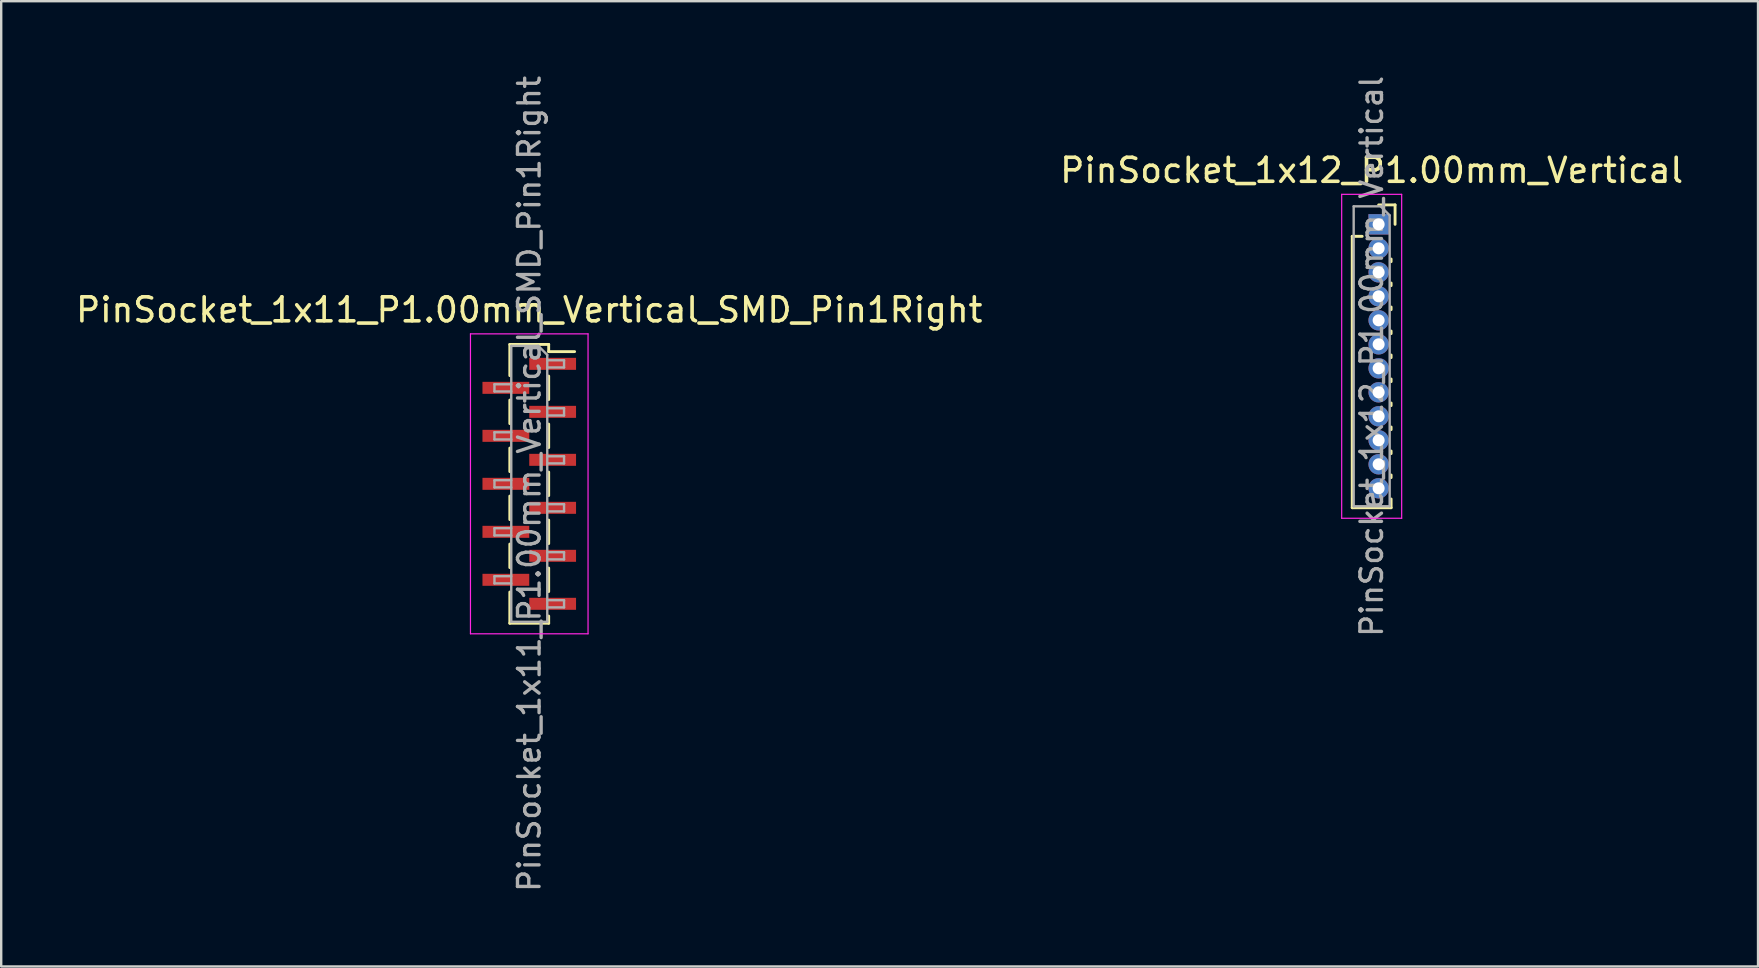
<source format=kicad_pcb>
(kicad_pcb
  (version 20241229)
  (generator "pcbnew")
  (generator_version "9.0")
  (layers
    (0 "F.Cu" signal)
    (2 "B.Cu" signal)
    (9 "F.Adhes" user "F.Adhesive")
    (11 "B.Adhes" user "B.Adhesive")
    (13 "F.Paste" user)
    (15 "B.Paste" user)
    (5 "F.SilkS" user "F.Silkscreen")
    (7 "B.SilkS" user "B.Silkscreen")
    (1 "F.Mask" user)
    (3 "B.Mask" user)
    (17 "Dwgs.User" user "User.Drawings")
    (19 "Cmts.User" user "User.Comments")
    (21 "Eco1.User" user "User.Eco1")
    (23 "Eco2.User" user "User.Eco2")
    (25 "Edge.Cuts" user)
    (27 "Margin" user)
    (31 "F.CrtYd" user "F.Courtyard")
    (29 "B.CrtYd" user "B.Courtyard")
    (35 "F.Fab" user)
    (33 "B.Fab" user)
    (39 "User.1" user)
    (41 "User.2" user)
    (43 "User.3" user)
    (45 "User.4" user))
  (footprint "PinSocket_1x11_P1.00mm_Vertical_SMD_Pin1Right"
    (layer "F.Cu")
    (at 19.006 17.113)
    (property "Reference" "PinSocket_1x11_P1.00mm_Vertical_SMD_Pin1Right" (at 0 -7.25 0) (layer "F.SilkS") (effects (font (size 1 1) (thickness 0.15))))
    (attr smd)
    (fp_line (start -0.81 -5.81) (end -0.81 -4.51) (stroke (width 0.12) (type solid)) (layer "F.SilkS"))
    (fp_line (start -0.81 -5.81) (end 0.81 -5.81) (stroke (width 0.12) (type solid)) (layer "F.SilkS"))
    (fp_line (start -0.81 -3.49) (end -0.81 -2.51) (stroke (width 0.12) (type solid)) (layer "F.SilkS"))
    (fp_line (start -0.81 -1.49) (end -0.81 -0.51) (stroke (width 0.12) (type solid)) (layer "F.SilkS"))
    (fp_line (start -0.81 0.51) (end -0.81 1.49) (stroke (width 0.12) (type solid)) (layer "F.SilkS"))
    (fp_line (start -0.81 2.51) (end -0.81 3.49) (stroke (width 0.12) (type solid)) (layer "F.SilkS"))
    (fp_line (start -0.81 4.51) (end -0.81 5.81) (stroke (width 0.12) (type solid)) (layer "F.SilkS"))
    (fp_line (start -0.81 5.81) (end 0.81 5.81) (stroke (width 0.12) (type solid)) (layer "F.SilkS"))
    (fp_line (start 0.81 -5.81) (end 0.81 -5.51) (stroke (width 0.12) (type solid)) (layer "F.SilkS"))
    (fp_line (start 0.81 -5.51) (end 1.89 -5.51) (stroke (width 0.12) (type solid)) (layer "F.SilkS"))
    (fp_line (start 0.81 -4.49) (end 0.81 -3.51) (stroke (width 0.12) (type solid)) (layer "F.SilkS"))
    (fp_line (start 0.81 -2.49) (end 0.81 -1.51) (stroke (width 0.12) (type solid)) (layer "F.SilkS"))
    (fp_line (start 0.81 -0.49) (end 0.81 0.49) (stroke (width 0.12) (type solid)) (layer "F.SilkS"))
    (fp_line (start 0.81 1.51) (end 0.81 2.49) (stroke (width 0.12) (type solid)) (layer "F.SilkS"))
    (fp_line (start 0.81 3.51) (end 0.81 4.49) (stroke (width 0.12) (type solid)) (layer "F.SilkS"))
    (fp_line (start 0.81 5.51) (end 0.81 5.81) (stroke (width 0.12) (type solid)) (layer "F.SilkS"))
    (fp_line (start -2.45 -6.25) (end 2.45 -6.25) (stroke (width 0.05) (type solid)) (layer "F.CrtYd"))
    (fp_line (start -2.45 6.25) (end -2.45 -6.25) (stroke (width 0.05) (type solid)) (layer "F.CrtYd"))
    (fp_line (start 2.45 -6.25) (end 2.45 6.25) (stroke (width 0.05) (type solid)) (layer "F.CrtYd"))
    (fp_line (start 2.45 6.25) (end -2.45 6.25) (stroke (width 0.05) (type solid)) (layer "F.CrtYd"))
    (fp_line (start -1.45 -4.15) (end -0.75 -4.15) (stroke (width 0.1) (type solid)) (layer "F.Fab"))
    (fp_line (start -1.45 -3.85) (end -1.45 -4.15) (stroke (width 0.1) (type solid)) (layer "F.Fab"))
    (fp_line (start -1.45 -2.15) (end -0.75 -2.15) (stroke (width 0.1) (type solid)) (layer "F.Fab"))
    (fp_line (start -1.45 -1.85) (end -1.45 -2.15) (stroke (width 0.1) (type solid)) (layer "F.Fab"))
    (fp_line (start -1.45 -0.15) (end -0.75 -0.15) (stroke (width 0.1) (type solid)) (layer "F.Fab"))
    (fp_line (start -1.45 0.15) (end -1.45 -0.15) (stroke (width 0.1) (type solid)) (layer "F.Fab"))
    (fp_line (start -1.45 1.85) (end -0.75 1.85) (stroke (width 0.1) (type solid)) (layer "F.Fab"))
    (fp_line (start -1.45 2.15) (end -1.45 1.85) (stroke (width 0.1) (type solid)) (layer "F.Fab"))
    (fp_line (start -1.45 3.85) (end -0.75 3.85) (stroke (width 0.1) (type solid)) (layer "F.Fab"))
    (fp_line (start -1.45 4.15) (end -1.45 3.85) (stroke (width 0.1) (type solid)) (layer "F.Fab"))
    (fp_line (start -0.75 -5.75) (end 0.375 -5.75) (stroke (width 0.1) (type solid)) (layer "F.Fab"))
    (fp_line (start -0.75 -3.85) (end -1.45 -3.85) (stroke (width 0.1) (type solid)) (layer "F.Fab"))
    (fp_line (start -0.75 -1.85) (end -1.45 -1.85) (stroke (width 0.1) (type solid)) (layer "F.Fab"))
    (fp_line (start -0.75 0.15) (end -1.45 0.15) (stroke (width 0.1) (type solid)) (layer "F.Fab"))
    (fp_line (start -0.75 2.15) (end -1.45 2.15) (stroke (width 0.1) (type solid)) (layer "F.Fab"))
    (fp_line (start -0.75 4.15) (end -1.45 4.15) (stroke (width 0.1) (type solid)) (layer "F.Fab"))
    (fp_line (start -0.75 5.75) (end -0.75 -5.75) (stroke (width 0.1) (type solid)) (layer "F.Fab"))
    (fp_line (start 0.375 -5.75) (end 0.75 -5.375) (stroke (width 0.1) (type solid)) (layer "F.Fab"))
    (fp_line (start 0.75 -5.375) (end 0.75 5.75) (stroke (width 0.1) (type solid)) (layer "F.Fab"))
    (fp_line (start 0.75 -5.15) (end 1.45 -5.15) (stroke (width 0.1) (type solid)) (layer "F.Fab"))
    (fp_line (start 0.75 -3.15) (end 1.45 -3.15) (stroke (width 0.1) (type solid)) (layer "F.Fab"))
    (fp_line (start 0.75 -1.15) (end 1.45 -1.15) (stroke (width 0.1) (type solid)) (layer "F.Fab"))
    (fp_line (start 0.75 0.85) (end 1.45 0.85) (stroke (width 0.1) (type solid)) (layer "F.Fab"))
    (fp_line (start 0.75 2.85) (end 1.45 2.85) (stroke (width 0.1) (type solid)) (layer "F.Fab"))
    (fp_line (start 0.75 4.85) (end 1.45 4.85) (stroke (width 0.1) (type solid)) (layer "F.Fab"))
    (fp_line (start 0.75 5.75) (end -0.75 5.75) (stroke (width 0.1) (type solid)) (layer "F.Fab"))
    (fp_line (start 1.45 -5.15) (end 1.45 -4.85) (stroke (width 0.1) (type solid)) (layer "F.Fab"))
    (fp_line (start 1.45 -4.85) (end 0.75 -4.85) (stroke (width 0.1) (type solid)) (layer "F.Fab"))
    (fp_line (start 1.45 -3.15) (end 1.45 -2.85) (stroke (width 0.1) (type solid)) (layer "F.Fab"))
    (fp_line (start 1.45 -2.85) (end 0.75 -2.85) (stroke (width 0.1) (type solid)) (layer "F.Fab"))
    (fp_line (start 1.45 -1.15) (end 1.45 -0.85) (stroke (width 0.1) (type solid)) (layer "F.Fab"))
    (fp_line (start 1.45 -0.85) (end 0.75 -0.85) (stroke (width 0.1) (type solid)) (layer "F.Fab"))
    (fp_line (start 1.45 0.85) (end 1.45 1.15) (stroke (width 0.1) (type solid)) (layer "F.Fab"))
    (fp_line (start 1.45 1.15) (end 0.75 1.15) (stroke (width 0.1) (type solid)) (layer "F.Fab"))
    (fp_line (start 1.45 2.85) (end 1.45 3.15) (stroke (width 0.1) (type solid)) (layer "F.Fab"))
    (fp_line (start 1.45 3.15) (end 0.75 3.15) (stroke (width 0.1) (type solid)) (layer "F.Fab"))
    (fp_line (start 1.45 4.85) (end 1.45 5.15) (stroke (width 0.1) (type solid)) (layer "F.Fab"))
    (fp_line (start 1.45 5.15) (end 0.75 5.15) (stroke (width 0.1) (type solid)) (layer "F.Fab"))
    (fp_text user "${REFERENCE}" (at 0 0 90) (layer "F.Fab") (effects (font (size 0.9 0.9) (thickness 0.14))))
    (pad "1" smd rect (at 0.975 -5) (size 1.95 0.5) (layers "F.Cu" "F.Mask" "F.Paste"))
    (pad "2" smd rect (at -0.975 -4) (size 1.95 0.5) (layers "F.Cu" "F.Mask" "F.Paste"))
    (pad "3" smd rect (at 0.975 -3) (size 1.95 0.5) (layers "F.Cu" "F.Mask" "F.Paste"))
    (pad "4" smd rect (at -0.975 -2) (size 1.95 0.5) (layers "F.Cu" "F.Mask" "F.Paste"))
    (pad "5" smd rect (at 0.975 -1) (size 1.95 0.5) (layers "F.Cu" "F.Mask" "F.Paste"))
    (pad "6" smd rect (at -0.975 0) (size 1.95 0.5) (layers "F.Cu" "F.Mask" "F.Paste"))
    (pad "7" smd rect (at 0.975 1) (size 1.95 0.5) (layers "F.Cu" "F.Mask" "F.Paste"))
    (pad "8" smd rect (at -0.975 2) (size 1.95 0.5) (layers "F.Cu" "F.Mask" "F.Paste"))
    (pad "9" smd rect (at 0.975 3) (size 1.95 0.5) (layers "F.Cu" "F.Mask" "F.Paste"))
    (pad "10" smd rect (at -0.975 4) (size 1.95 0.5) (layers "F.Cu" "F.Mask" "F.Paste"))
    (pad "11" smd rect (at 0.975 5) (size 1.95 0.5) (layers "F.Cu" "F.Mask" "F.Paste")))
  (footprint "PinSocket_1x12_P1.00mm_Vertical"
    (layer "F.Cu")
    (at 54.403 6.299)
    (property "Reference" "PinSocket_1x12_P1.00mm_Vertical" (at -0.29 -2.25 0) (layer "F.SilkS") (effects (font (size 1 1) (thickness 0.15))))
    (attr through_hole)
    (fp_line (start -1.1 0.5) (end -1.1 11.81) (stroke (width 0.12) (type solid)) (layer "F.SilkS"))
    (fp_line (start -1.1 0.5) (end -0.685 0.5) (stroke (width 0.12) (type solid)) (layer "F.SilkS"))
    (fp_line (start -1.1 11.81) (end 0.52 11.81) (stroke (width 0.12) (type solid)) (layer "F.SilkS"))
    (fp_line (start 0 -0.81) (end 0.685 -0.81) (stroke (width 0.12) (type solid)) (layer "F.SilkS"))
    (fp_line (start 0.52 1.446) (end 0.52 1.554) (stroke (width 0.12) (type solid)) (layer "F.SilkS"))
    (fp_line (start 0.52 2.446) (end 0.52 2.554) (stroke (width 0.12) (type solid)) (layer "F.SilkS"))
    (fp_line (start 0.52 3.446) (end 0.52 3.554) (stroke (width 0.12) (type solid)) (layer "F.SilkS"))
    (fp_line (start 0.52 4.446) (end 0.52 4.554) (stroke (width 0.12) (type solid)) (layer "F.SilkS"))
    (fp_line (start 0.52 5.446) (end 0.52 5.554) (stroke (width 0.12) (type solid)) (layer "F.SilkS"))
    (fp_line (start 0.52 6.446) (end 0.52 6.554) (stroke (width 0.12) (type solid)) (layer "F.SilkS"))
    (fp_line (start 0.52 7.446) (end 0.52 7.554) (stroke (width 0.12) (type solid)) (layer "F.SilkS"))
    (fp_line (start 0.52 8.446) (end 0.52 8.554) (stroke (width 0.12) (type solid)) (layer "F.SilkS"))
    (fp_line (start 0.52 9.446) (end 0.52 9.554) (stroke (width 0.12) (type solid)) (layer "F.SilkS"))
    (fp_line (start 0.52 10.446) (end 0.52 10.554) (stroke (width 0.12) (type solid)) (layer "F.SilkS"))
    (fp_line (start 0.52 11.446) (end 0.52 11.81) (stroke (width 0.12) (type solid)) (layer "F.SilkS"))
    (fp_line (start 0.685 -0.81) (end 0.685 0) (stroke (width 0.12) (type solid)) (layer "F.SilkS"))
    (fp_line (start -1.54 -1.25) (end 0.96 -1.25) (stroke (width 0.05) (type solid)) (layer "F.CrtYd"))
    (fp_line (start -1.54 12.25) (end -1.54 -1.25) (stroke (width 0.05) (type solid)) (layer "F.CrtYd"))
    (fp_line (start 0.96 -1.25) (end 0.96 12.25) (stroke (width 0.05) (type solid)) (layer "F.CrtYd"))
    (fp_line (start 0.96 12.25) (end -1.54 12.25) (stroke (width 0.05) (type solid)) (layer "F.CrtYd"))
    (fp_line (start -1.04 -0.75) (end 0.085 -0.75) (stroke (width 0.1) (type solid)) (layer "F.Fab"))
    (fp_line (start -1.04 11.75) (end -1.04 -0.75) (stroke (width 0.1) (type solid)) (layer "F.Fab"))
    (fp_line (start 0.085 -0.75) (end 0.46 -0.375) (stroke (width 0.1) (type solid)) (layer "F.Fab"))
    (fp_line (start 0.46 -0.375) (end 0.46 11.75) (stroke (width 0.1) (type solid)) (layer "F.Fab"))
    (fp_line (start 0.46 11.75) (end -1.04 11.75) (stroke (width 0.1) (type solid)) (layer "F.Fab"))
    (fp_text user "${REFERENCE}" (at -0.29 5.5 90) (layer "F.Fab") (effects (font (size 0.9 0.9) (thickness 0.14))))
    (pad "1" thru_hole rect (at 0 0) (size 0.85 0.85) (drill 0.5) (layers "*.Cu" "*.Mask"))
    (pad "2" thru_hole oval (at 0 1) (size 0.85 0.85) (drill 0.5) (layers "*.Cu" "*.Mask"))
    (pad "3" thru_hole oval (at 0 2) (size 0.85 0.85) (drill 0.5) (layers "*.Cu" "*.Mask"))
    (pad "4" thru_hole oval (at 0 3) (size 0.85 0.85) (drill 0.5) (layers "*.Cu" "*.Mask"))
    (pad "5" thru_hole oval (at 0 4) (size 0.85 0.85) (drill 0.5) (layers "*.Cu" "*.Mask"))
    (pad "6" thru_hole oval (at 0 5) (size 0.85 0.85) (drill 0.5) (layers "*.Cu" "*.Mask"))
    (pad "7" thru_hole oval (at 0 6) (size 0.85 0.85) (drill 0.5) (layers "*.Cu" "*.Mask"))
    (pad "8" thru_hole oval (at 0 7) (size 0.85 0.85) (drill 0.5) (layers "*.Cu" "*.Mask"))
    (pad "9" thru_hole oval (at 0 8) (size 0.85 0.85) (drill 0.5) (layers "*.Cu" "*.Mask"))
    (pad "10" thru_hole oval (at 0 9) (size 0.85 0.85) (drill 0.5) (layers "*.Cu" "*.Mask"))
    (pad "11" thru_hole oval (at 0 10) (size 0.85 0.85) (drill 0.5) (layers "*.Cu" "*.Mask"))
    (pad "12" thru_hole oval (at 0 11) (size 0.85 0.85) (drill 0.5) (layers "*.Cu" "*.Mask")))
  (gr_rect
    (start -3 -3)
    (end 70.214 37.226)
    (stroke (width 0.1) (type default))
    (fill no)
    (layer "Edge.Cuts")))
</source>
